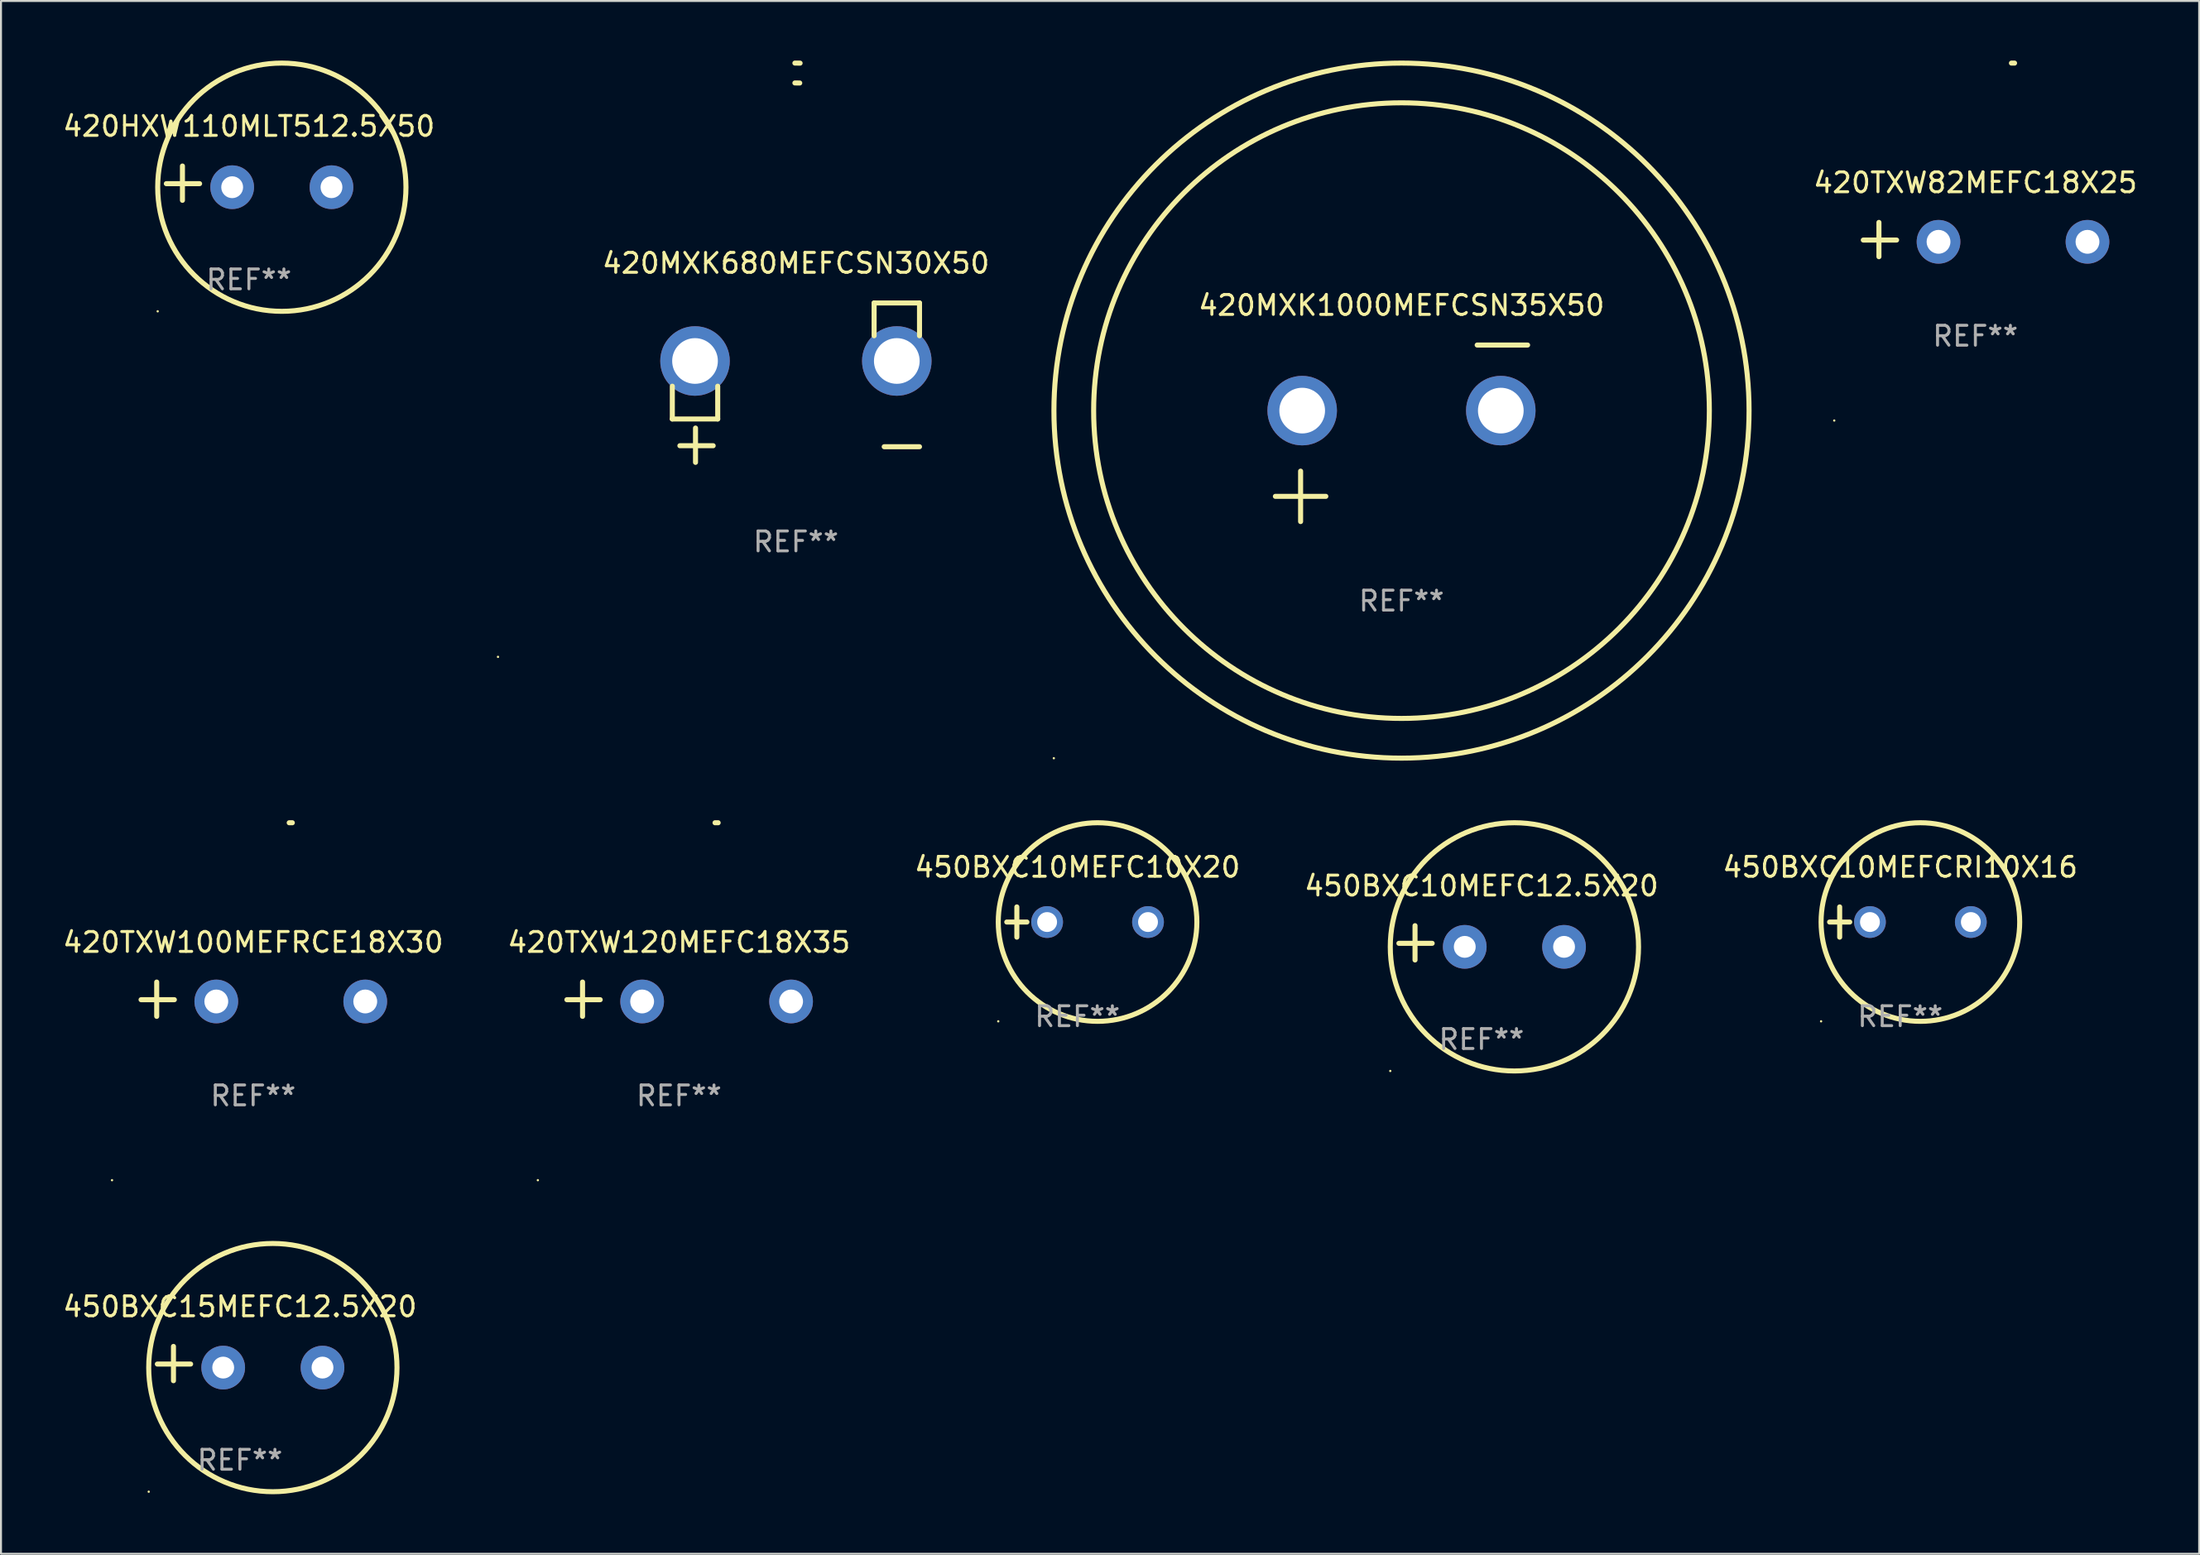
<source format=kicad_pcb>
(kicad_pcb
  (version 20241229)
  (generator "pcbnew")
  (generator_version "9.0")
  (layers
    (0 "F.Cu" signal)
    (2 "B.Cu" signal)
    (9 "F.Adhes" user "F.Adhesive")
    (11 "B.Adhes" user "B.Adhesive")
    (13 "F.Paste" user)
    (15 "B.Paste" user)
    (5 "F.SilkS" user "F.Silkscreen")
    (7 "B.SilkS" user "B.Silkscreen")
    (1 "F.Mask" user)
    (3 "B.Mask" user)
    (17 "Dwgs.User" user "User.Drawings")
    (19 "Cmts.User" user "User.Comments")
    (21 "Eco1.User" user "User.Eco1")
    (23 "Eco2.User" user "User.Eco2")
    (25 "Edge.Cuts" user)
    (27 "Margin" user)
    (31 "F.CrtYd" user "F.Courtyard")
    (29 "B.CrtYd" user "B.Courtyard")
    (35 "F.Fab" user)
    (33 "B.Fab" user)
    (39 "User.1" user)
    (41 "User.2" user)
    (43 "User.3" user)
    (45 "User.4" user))
  (footprint "450BXC15MEFC12.5X20"
    (layer "F.Cu")
    (at 9.03 65.615)
    (property "Reference" "450BXC15MEFC12.5X20" (at 0 -2.864 0) (layer "F.SilkS") (effects (font (size 1 1) (thickness 0.15))))
    (attr through_hole)
    (fp_line (start -3.346 0.864) (end -3.346 -0.864) (stroke (width 0.254) (type solid)) (layer "F.SilkS"))
    (fp_line (start -2.482 0.025) (end -4.158 0.025) (stroke (width 0.254) (type solid)) (layer "F.SilkS"))
    (fp_circle (center -4.592 6.453) (end -4.562 6.453) (stroke (width 0.06) (type solid)) (fill no) (layer "F.SilkS"))
    (fp_circle (center 1.658 0.203) (end 7.908 0.203) (stroke (width 0.254) (type solid)) (fill no) (layer "F.SilkS"))
    (fp_text user "REF**" (at 0 4.864 0) (layer "F.Fab") (effects (font (size 1 1) (thickness 0.15))))
    (pad "1" thru_hole circle (at -0.842 0.203) (size 2.2 2.2) (drill 1.1) (layers "*.Cu" "*.Mask"))
    (pad "2" thru_hole circle (at 4.158 0.203) (size 2.2 2.2) (drill 1.1) (layers "*.Cu" "*.Mask")))
  (footprint "450BXC10MEFC10X20"
    (layer "F.Cu")
    (at 51.196 43.381)
    (property "Reference" "450BXC10MEFC10X20" (at 0 -2.762 0) (layer "F.SilkS") (effects (font (size 1 1) (thickness 0.15))))
    (attr through_hole)
    (fp_line (start -3.556 0) (end -2.54 0) (stroke (width 0.254) (type solid)) (layer "F.SilkS"))
    (fp_line (start -3.048 -0.762) (end -3.048 0.762) (stroke (width 0.254) (type solid)) (layer "F.SilkS"))
    (fp_circle (center -3.984 5) (end -3.954 5) (stroke (width 0.06) (type solid)) (fill no) (layer "F.SilkS"))
    (fp_circle (center 1.016 0) (end 6.016 0) (stroke (width 0.254) (type solid)) (fill no) (layer "F.SilkS"))
    (fp_text user "REF**" (at 0 4.762 0) (layer "F.Fab") (effects (font (size 1 1) (thickness 0.15))))
    (pad "1" thru_hole circle (at -1.524 0) (size 1.6 1.6) (drill 1) (layers "*.Cu" "*.Mask"))
    (pad "2" thru_hole circle (at 3.556 0) (size 1.6 1.6) (drill 1) (layers "*.Cu" "*.Mask")))
  (footprint "450BXC10MEFCRI10X16"
    (layer "F.Cu")
    (at 92.625 43.381)
    (property "Reference" "450BXC10MEFCRI10X16" (at 0 -2.762 0) (layer "F.SilkS") (effects (font (size 1 1) (thickness 0.15))))
    (attr through_hole)
    (fp_line (start -3.556 0) (end -2.54 0) (stroke (width 0.254) (type solid)) (layer "F.SilkS"))
    (fp_line (start -3.048 -0.762) (end -3.048 0.762) (stroke (width 0.254) (type solid)) (layer "F.SilkS"))
    (fp_circle (center -3.984 5) (end -3.954 5) (stroke (width 0.06) (type solid)) (fill no) (layer "F.SilkS"))
    (fp_circle (center 1.016 0) (end 6.016 0) (stroke (width 0.254) (type solid)) (fill no) (layer "F.SilkS"))
    (fp_text user "REF**" (at 0 4.762 0) (layer "F.Fab") (effects (font (size 1 1) (thickness 0.15))))
    (pad "1" thru_hole circle (at -1.524 0) (size 1.6 1.6) (drill 1) (layers "*.Cu" "*.Mask"))
    (pad "2" thru_hole circle (at 3.556 0) (size 1.6 1.6) (drill 1) (layers "*.Cu" "*.Mask")))
  (footprint "420MXK680MEFCSN30X50"
    (layer "F.Cu")
    (at 37.024 16.22)
    (property "Reference" "420MXK680MEFCSN30X50" (at 0 -6.013 0) (layer "F.SilkS") (effects (font (size 1 1) (thickness 0.15))))
    (attr through_hole)
    (fp_line (start -6.223 0.178) (end -6.223 1.829) (stroke (width 0.254) (type solid)) (layer "F.SilkS"))
    (fp_line (start -6.223 1.829) (end -3.937 1.829) (stroke (width 0.254) (type solid)) (layer "F.SilkS"))
    (fp_line (start -5.055 4.013) (end -5.055 2.286) (stroke (width 0.254) (type solid)) (layer "F.SilkS"))
    (fp_line (start -4.166 3.175) (end -5.842 3.175) (stroke (width 0.254) (type solid)) (layer "F.SilkS"))
    (fp_line (start -3.937 1.829) (end -3.937 0.178) (stroke (width 0.254) (type solid)) (layer "F.SilkS"))
    (fp_line (start 3.937 -4.013) (end 3.937 -2.362) (stroke (width 0.254) (type solid)) (layer "F.SilkS"))
    (fp_line (start 6.223 -4.013) (end 3.937 -4.013) (stroke (width 0.254) (type solid)) (layer "F.SilkS"))
    (fp_line (start 6.223 -2.362) (end 6.223 -4.013) (stroke (width 0.254) (type solid)) (layer "F.SilkS"))
    (fp_line (start 6.223 3.226) (end 4.445 3.226) (stroke (width 0.254) (type solid)) (layer "F.SilkS"))
    (fp_arc (start -0.0508 -16.093472) (mid 0.080016 -16.092762) (end 0.210821 -16.090932) (stroke (width 0.254001) (type solid)) (layer "F.SilkS"))
    (fp_arc (start -0.0508 -15.09271) (mid 0.071125 -15.091961) (end 0.19304 -15.09017) (stroke (width 0.254001) (type solid)) (layer "F.SilkS"))
    (fp_circle (center -15 13.808) (end -14.97 13.808) (stroke (width 0.06) (type solid)) (fill no) (layer "F.SilkS"))
    (fp_text user "REF**" (at 0 8.013 0) (layer "F.Fab") (effects (font (size 1 1) (thickness 0.15))))
    (pad "1" thru_hole circle (at -5.08 -1.092) (size 3.5 3.5) (drill 2.3) (layers "*.Cu" "*.Mask"))
    (pad "2" thru_hole circle (at 5.08 -1.092) (size 3.5 3.5) (drill 2.3) (layers "*.Cu" "*.Mask")))
  (footprint "420TXW100MEFRCE18X30"
    (layer "F.Cu")
    (at 9.696 47.267)
    (property "Reference" "420TXW100MEFRCE18X30" (at 0 -2.864 0) (layer "F.SilkS") (effects (font (size 1 1) (thickness 0.15))))
    (attr through_hole)
    (fp_line (start -4.856 0.864) (end -4.856 -0.864) (stroke (width 0.254) (type solid)) (layer "F.SilkS"))
    (fp_line (start -3.967 0.025) (end -5.644 0.025) (stroke (width 0.254) (type solid)) (layer "F.SilkS"))
    (fp_arc (start 1.815024 -8.885649) (mid 1.893764 -8.88599) (end 1.972504 -8.885649) (stroke (width 0.254001) (type solid)) (layer "F.SilkS"))
    (fp_circle (center -7.106 9.114) (end -7.076 9.114) (stroke (width 0.06) (type solid)) (fill no) (layer "F.SilkS"))
    (fp_text user "REF**" (at 0 4.864 0) (layer "F.Fab") (effects (font (size 1 1) (thickness 0.15))))
    (pad "1" thru_hole circle (at -1.856 0.114) (size 2.2 2.2) (drill 1.2) (layers "*.Cu" "*.Mask"))
    (pad "2" thru_hole circle (at 5.644 0.114) (size 2.2 2.2) (drill 1.2) (layers "*.Cu" "*.Mask")))
  (footprint "420TXW82MEFC18X25"
    (layer "F.Cu")
    (at 96.41 9.013)
    (property "Reference" "420TXW82MEFC18X25" (at 0 -2.864 0) (layer "F.SilkS") (effects (font (size 1 1) (thickness 0.15))))
    (attr through_hole)
    (fp_line (start -4.856 0.864) (end -4.856 -0.864) (stroke (width 0.254) (type solid)) (layer "F.SilkS"))
    (fp_line (start -3.967 0.025) (end -5.644 0.025) (stroke (width 0.254) (type solid)) (layer "F.SilkS"))
    (fp_arc (start 1.815024 -8.885649) (mid 1.893764 -8.88599) (end 1.972504 -8.885649) (stroke (width 0.254001) (type solid)) (layer "F.SilkS"))
    (fp_circle (center -7.106 9.114) (end -7.076 9.114) (stroke (width 0.06) (type solid)) (fill no) (layer "F.SilkS"))
    (fp_text user "REF**" (at 0 4.864 0) (layer "F.Fab") (effects (font (size 1 1) (thickness 0.15))))
    (pad "1" thru_hole circle (at -1.856 0.114) (size 2.2 2.2) (drill 1.2) (layers "*.Cu" "*.Mask"))
    (pad "2" thru_hole circle (at 5.644 0.114) (size 2.2 2.2) (drill 1.2) (layers "*.Cu" "*.Mask")))
  (footprint "450BXC10MEFC12.5X20"
    (layer "F.Cu")
    (at 71.542 44.428)
    (property "Reference" "450BXC10MEFC12.5X20" (at 0 -2.864 0) (layer "F.SilkS") (effects (font (size 1 1) (thickness 0.15))))
    (attr through_hole)
    (fp_line (start -3.346 0.864) (end -3.346 -0.864) (stroke (width 0.254) (type solid)) (layer "F.SilkS"))
    (fp_line (start -2.482 0.025) (end -4.158 0.025) (stroke (width 0.254) (type solid)) (layer "F.SilkS"))
    (fp_circle (center -4.592 6.453) (end -4.562 6.453) (stroke (width 0.06) (type solid)) (fill no) (layer "F.SilkS"))
    (fp_circle (center 1.658 0.203) (end 7.908 0.203) (stroke (width 0.254) (type solid)) (fill no) (layer "F.SilkS"))
    (fp_text user "REF**" (at 0 4.864 0) (layer "F.Fab") (effects (font (size 1 1) (thickness 0.15))))
    (pad "1" thru_hole circle (at -0.842 0.203) (size 2.2 2.2) (drill 1.1) (layers "*.Cu" "*.Mask"))
    (pad "2" thru_hole circle (at 4.158 0.203) (size 2.2 2.2) (drill 1.1) (layers "*.Cu" "*.Mask")))
  (footprint "420TXW120MEFC18X35"
    (layer "F.Cu")
    (at 31.137 47.267)
    (property "Reference" "420TXW120MEFC18X35" (at 0 -2.864 0) (layer "F.SilkS") (effects (font (size 1 1) (thickness 0.15))))
    (attr through_hole)
    (fp_line (start -4.856 0.864) (end -4.856 -0.864) (stroke (width 0.254) (type solid)) (layer "F.SilkS"))
    (fp_line (start -3.967 0.025) (end -5.644 0.025) (stroke (width 0.254) (type solid)) (layer "F.SilkS"))
    (fp_arc (start 1.815024 -8.885649) (mid 1.893764 -8.88599) (end 1.972504 -8.885649) (stroke (width 0.254001) (type solid)) (layer "F.SilkS"))
    (fp_circle (center -7.106 9.114) (end -7.076 9.114) (stroke (width 0.06) (type solid)) (fill no) (layer "F.SilkS"))
    (fp_text user "REF**" (at 0 4.864 0) (layer "F.Fab") (effects (font (size 1 1) (thickness 0.15))))
    (pad "1" thru_hole circle (at -1.856 0.114) (size 2.2 2.2) (drill 1.2) (layers "*.Cu" "*.Mask"))
    (pad "2" thru_hole circle (at 5.644 0.114) (size 2.2 2.2) (drill 1.2) (layers "*.Cu" "*.Mask")))
  (footprint "420HXW110MLT512.5X50"
    (layer "F.Cu")
    (at 9.482 6.174)
    (property "Reference" "420HXW110MLT512.5X50" (at 0 -2.864 0) (layer "F.SilkS") (effects (font (size 1 1) (thickness 0.15))))
    (attr through_hole)
    (fp_line (start -3.346 0.864) (end -3.346 -0.864) (stroke (width 0.254) (type solid)) (layer "F.SilkS"))
    (fp_line (start -2.482 0.025) (end -4.158 0.025) (stroke (width 0.254) (type solid)) (layer "F.SilkS"))
    (fp_circle (center -4.592 6.453) (end -4.562 6.453) (stroke (width 0.06) (type solid)) (fill no) (layer "F.SilkS"))
    (fp_circle (center 1.658 0.203) (end 7.908 0.203) (stroke (width 0.254) (type solid)) (fill no) (layer "F.SilkS"))
    (fp_text user "REF**" (at 0 4.864 0) (layer "F.Fab") (effects (font (size 1 1) (thickness 0.15))))
    (pad "1" thru_hole circle (at -0.842 0.203) (size 2.2 2.2) (drill 1.1) (layers "*.Cu" "*.Mask"))
    (pad "2" thru_hole circle (at 4.158 0.203) (size 2.2 2.2) (drill 1.1) (layers "*.Cu" "*.Mask")))
  (footprint "420MXK1000MEFCSN35X50"
    (layer "F.Cu")
    (at 67.515 18.77)
    (property "Reference" "420MXK1000MEFCSN35X50" (at 0 -6.445 0) (layer "F.SilkS") (effects (font (size 1 1) (thickness 0.15))))
    (attr through_hole)
    (fp_line (start -6.35 3.175) (end -3.81 3.175) (stroke (width 0.254) (type solid)) (layer "F.SilkS"))
    (fp_line (start -5.08 1.905) (end -5.08 4.445) (stroke (width 0.254) (type solid)) (layer "F.SilkS"))
    (fp_line (start 3.81 -4.445) (end 6.35 -4.445) (stroke (width 0.254) (type solid)) (layer "F.SilkS"))
    (fp_circle (center -17.505 16.362) (end -17.475 16.362) (stroke (width 0.06) (type solid)) (fill no) (layer "F.SilkS"))
    (fp_circle (center 0 -1.143) (end 15.5 -1.143) (stroke (width 0.254) (type solid)) (fill no) (layer "F.SilkS"))
    (fp_circle (center 0 -1.143) (end 17.5 -1.143) (stroke (width 0.254) (type solid)) (fill no) (layer "F.SilkS"))
    (fp_text user "REF**" (at 0 8.445 0) (layer "F.Fab") (effects (font (size 1 1) (thickness 0.15))))
    (pad "1" thru_hole circle (at -5 -1.143) (size 3.5 3.5) (drill 2.3) (layers "*.Cu" "*.Mask"))
    (pad "2" thru_hole circle (at 5 -1.143) (size 3.5 3.5) (drill 2.3) (layers "*.Cu" "*.Mask")))
  (gr_rect
    (start -3 -3)
    (end 107.677 75.195)
    (stroke (width 0.1) (type default))
    (fill no)
    (layer "Edge.Cuts")))
</source>
